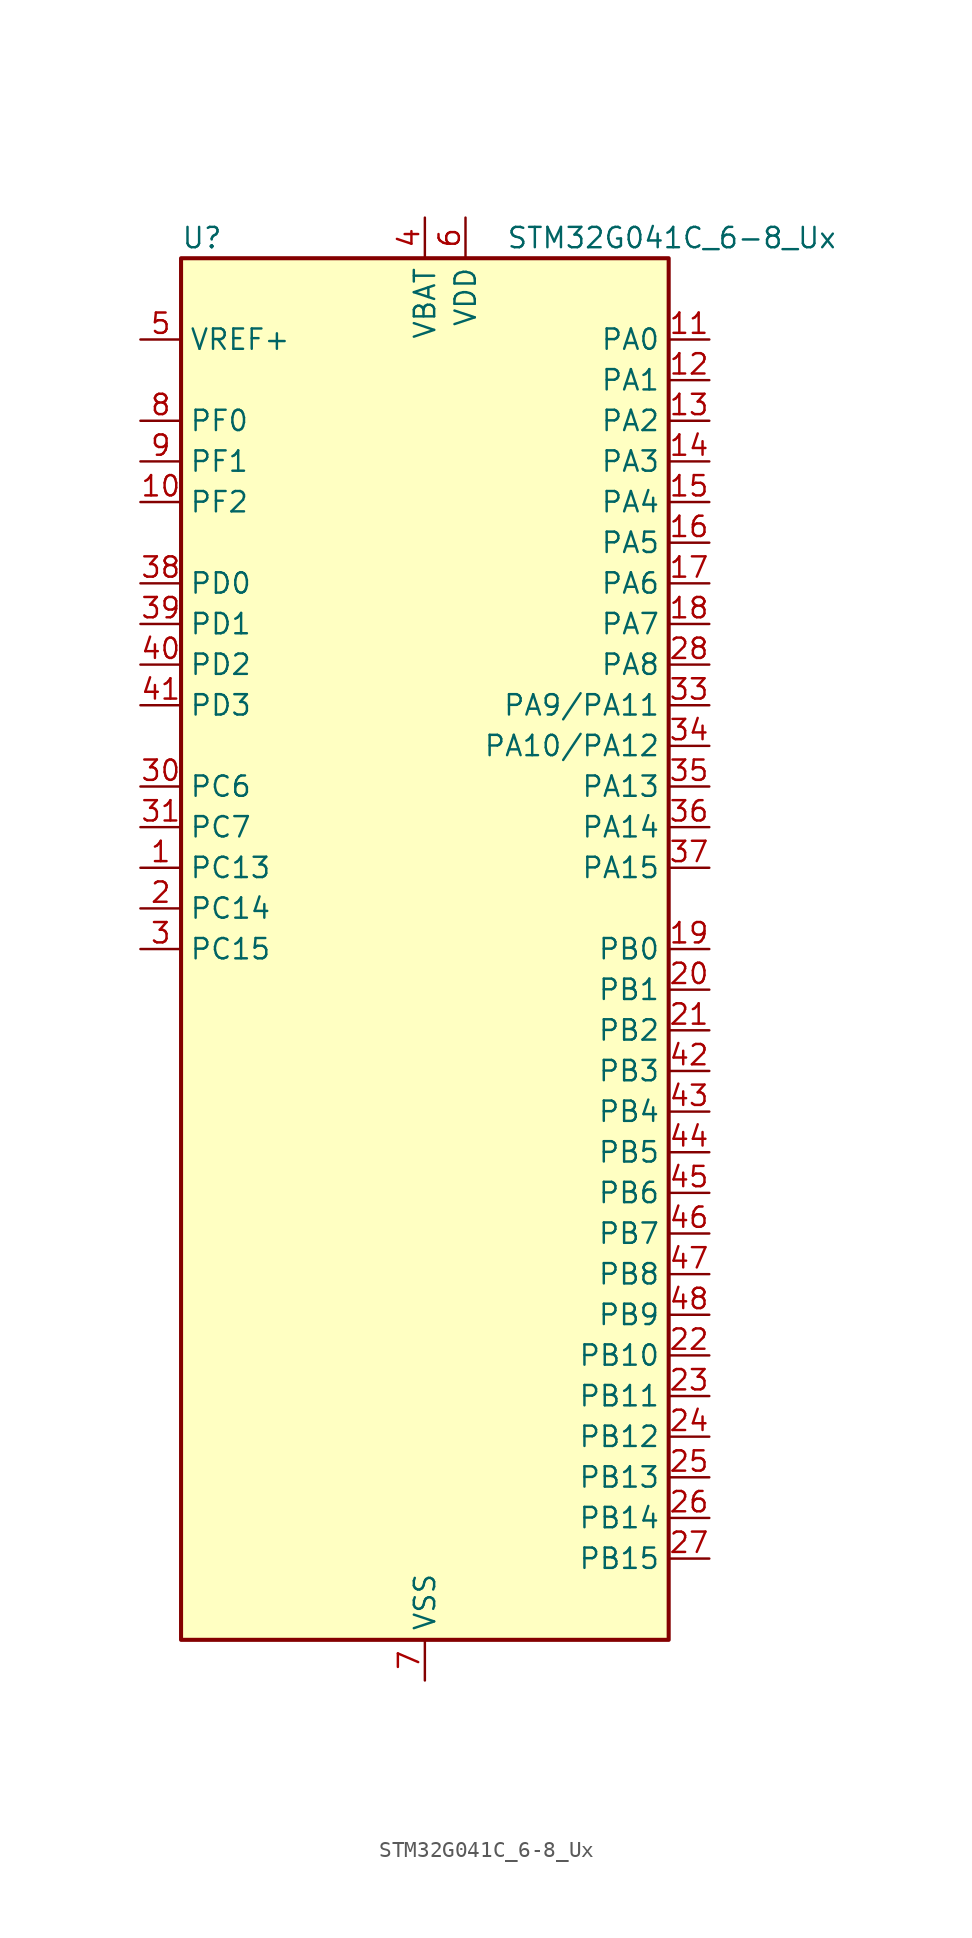
<source format=kicad_sym>
(kicad_symbol_lib
  (version 20231120)
  (generator "kicad-library-utils")
  (generator_version "8.0")
  (symbol "STM32G041C_6-8_Ux"
    (property "Reference" "U"
      (at -15.24 44.45 0)
      (effects (font (size 1.27 1.27)) (justify left)))
    (property "Value" "STM32G041C_6-8_Ux"
      (at 5.08 44.45 0)
      (effects (font (size 1.27 1.27)) (justify left)))
    (symbol "STM32G041C_6-8_Ux_0_1"
      (rectangle (start -15.24 -43.18) (end 15.24 43.18) (stroke (width 0.254) (type default)) (fill (type background))))
    (symbol "STM32G041C_6-8_Ux_1_1"
      (pin bidirectional line (at -17.78 5.08 0) (length 2.54) (name "PC13" (effects (font (size 1.27 1.27)))) (number "1" (effects (font (size 1.27 1.27)))) (alternate "RTC_OUT_ALARM" bidirectional line) (alternate "RTC_OUT_CALIB" bidirectional line) (alternate "RTC_TAMP_IN1" bidirectional line) (alternate "RTC_TS" bidirectional line) (alternate "SYS_WKUP2" bidirectional line) (alternate "TIM1_BK" bidirectional line))
      (pin bidirectional line (at -17.78 27.94 0) (length 2.54) (name "PF2" (effects (font (size 1.27 1.27)))) (number "10" (effects (font (size 1.27 1.27)))) (alternate "RCC_MCO" bidirectional line))
      (pin bidirectional line (at 17.78 38.1 180) (length 2.54) (name "PA0" (effects (font (size 1.27 1.27)))) (number "11" (effects (font (size 1.27 1.27)))) (alternate "ADC1_IN0" bidirectional line) (alternate "LPTIM1_OUT" bidirectional line) (alternate "RTC_TAMP_IN2" bidirectional line) (alternate "SPI2_SCK" bidirectional line) (alternate "SYS_WKUP1" bidirectional line) (alternate "TIM2_CH1" bidirectional line) (alternate "TIM2_ETR" bidirectional line) (alternate "USART2_CTS" bidirectional line) (alternate "USART2_NSS" bidirectional line))
      (pin bidirectional line (at 17.78 35.56 180) (length 2.54) (name "PA1" (effects (font (size 1.27 1.27)))) (number "12" (effects (font (size 1.27 1.27)))) (alternate "ADC1_IN1" bidirectional line) (alternate "I2C1_SMBA" bidirectional line) (alternate "I2S1_CK" bidirectional line) (alternate "SPI1_SCK" bidirectional line) (alternate "TIM2_CH2" bidirectional line) (alternate "USART2_CK" bidirectional line) (alternate "USART2_DE" bidirectional line) (alternate "USART2_RTS" bidirectional line))
      (pin bidirectional line (at 17.78 33.02 180) (length 2.54) (name "PA2" (effects (font (size 1.27 1.27)))) (number "13" (effects (font (size 1.27 1.27)))) (alternate "ADC1_IN2" bidirectional line) (alternate "I2S1_SD" bidirectional line) (alternate "LPUART1_TX" bidirectional line) (alternate "RCC_LSCO" bidirectional line) (alternate "SPI1_MOSI" bidirectional line) (alternate "SYS_WKUP4" bidirectional line) (alternate "TIM2_CH3" bidirectional line) (alternate "USART2_TX" bidirectional line))
      (pin bidirectional line (at 17.78 30.48 180) (length 2.54) (name "PA3" (effects (font (size 1.27 1.27)))) (number "14" (effects (font (size 1.27 1.27)))) (alternate "ADC1_IN3" bidirectional line) (alternate "LPUART1_RX" bidirectional line) (alternate "SPI2_MISO" bidirectional line) (alternate "TIM2_CH4" bidirectional line) (alternate "USART2_RX" bidirectional line))
      (pin bidirectional line (at 17.78 27.94 180) (length 2.54) (name "PA4" (effects (font (size 1.27 1.27)))) (number "15" (effects (font (size 1.27 1.27)))) (alternate "ADC1_IN4" bidirectional line) (alternate "I2S1_WS" bidirectional line) (alternate "LPTIM2_OUT" bidirectional line) (alternate "RTC_OUT_ALARM" bidirectional line) (alternate "RTC_OUT_CALIB" bidirectional line) (alternate "SPI1_NSS" bidirectional line) (alternate "SPI2_MOSI" bidirectional line) (alternate "TIM14_CH1" bidirectional line))
      (pin bidirectional line (at 17.78 25.4 180) (length 2.54) (name "PA5" (effects (font (size 1.27 1.27)))) (number "16" (effects (font (size 1.27 1.27)))) (alternate "ADC1_IN5" bidirectional line) (alternate "I2S1_CK" bidirectional line) (alternate "LPTIM2_ETR" bidirectional line) (alternate "SPI1_SCK" bidirectional line) (alternate "TIM2_CH1" bidirectional line) (alternate "TIM2_ETR" bidirectional line))
      (pin bidirectional line (at 17.78 22.86 180) (length 2.54) (name "PA6" (effects (font (size 1.27 1.27)))) (number "17" (effects (font (size 1.27 1.27)))) (alternate "ADC1_IN6" bidirectional line) (alternate "I2S1_MCK" bidirectional line) (alternate "LPUART1_CTS" bidirectional line) (alternate "SPI1_MISO" bidirectional line) (alternate "TIM16_CH1" bidirectional line) (alternate "TIM1_BK" bidirectional line) (alternate "TIM3_CH1" bidirectional line))
      (pin bidirectional line (at 17.78 20.32 180) (length 2.54) (name "PA7" (effects (font (size 1.27 1.27)))) (number "18" (effects (font (size 1.27 1.27)))) (alternate "ADC1_IN7" bidirectional line) (alternate "I2S1_SD" bidirectional line) (alternate "SPI1_MOSI" bidirectional line) (alternate "TIM14_CH1" bidirectional line) (alternate "TIM17_CH1" bidirectional line) (alternate "TIM1_CH1N" bidirectional line) (alternate "TIM3_CH2" bidirectional line))
      (pin bidirectional line (at 17.78 0 180) (length 2.54) (name "PB0" (effects (font (size 1.27 1.27)))) (number "19" (effects (font (size 1.27 1.27)))) (alternate "ADC1_IN8" bidirectional line) (alternate "I2S1_WS" bidirectional line) (alternate "LPTIM1_OUT" bidirectional line) (alternate "SPI1_NSS" bidirectional line) (alternate "TIM1_CH2N" bidirectional line) (alternate "TIM3_CH3" bidirectional line))
      (pin bidirectional line (at -17.78 2.54 0) (length 2.54) (name "PC14" (effects (font (size 1.27 1.27)))) (number "2" (effects (font (size 1.27 1.27)))) (alternate "RCC_OSC32_IN" bidirectional line) (alternate "TIM1_BK2" bidirectional line))
      (pin bidirectional line (at 17.78 -2.54 180) (length 2.54) (name "PB1" (effects (font (size 1.27 1.27)))) (number "20" (effects (font (size 1.27 1.27)))) (alternate "ADC1_IN9" bidirectional line) (alternate "LPTIM2_IN1" bidirectional line) (alternate "LPUART1_DE" bidirectional line) (alternate "LPUART1_RTS" bidirectional line) (alternate "TIM14_CH1" bidirectional line) (alternate "TIM1_CH3N" bidirectional line) (alternate "TIM3_CH4" bidirectional line))
      (pin bidirectional line (at 17.78 -5.08 180) (length 2.54) (name "PB2" (effects (font (size 1.27 1.27)))) (number "21" (effects (font (size 1.27 1.27)))) (alternate "ADC1_IN10" bidirectional line) (alternate "LPTIM1_OUT" bidirectional line) (alternate "SPI2_MISO" bidirectional line))
      (pin bidirectional line (at 17.78 -25.4 180) (length 2.54) (name "PB10" (effects (font (size 1.27 1.27)))) (number "22" (effects (font (size 1.27 1.27)))) (alternate "ADC1_IN11" bidirectional line) (alternate "I2C2_SCL" bidirectional line) (alternate "LPUART1_RX" bidirectional line) (alternate "SPI2_SCK" bidirectional line) (alternate "TIM2_CH3" bidirectional line))
      (pin bidirectional line (at 17.78 -27.94 180) (length 2.54) (name "PB11" (effects (font (size 1.27 1.27)))) (number "23" (effects (font (size 1.27 1.27)))) (alternate "ADC1_EXTI11" bidirectional line) (alternate "ADC1_IN15" bidirectional line) (alternate "I2C2_SDA" bidirectional line) (alternate "LPUART1_TX" bidirectional line) (alternate "SPI2_MOSI" bidirectional line) (alternate "TIM2_CH4" bidirectional line))
      (pin bidirectional line (at 17.78 -30.48 180) (length 2.54) (name "PB12" (effects (font (size 1.27 1.27)))) (number "24" (effects (font (size 1.27 1.27)))) (alternate "ADC1_IN16" bidirectional line) (alternate "LPUART1_DE" bidirectional line) (alternate "LPUART1_RTS" bidirectional line) (alternate "SPI2_NSS" bidirectional line) (alternate "TIM1_BK" bidirectional line))
      (pin bidirectional line (at 17.78 -33.02 180) (length 2.54) (name "PB13" (effects (font (size 1.27 1.27)))) (number "25" (effects (font (size 1.27 1.27)))) (alternate "I2C2_SCL" bidirectional line) (alternate "LPUART1_CTS" bidirectional line) (alternate "SPI2_SCK" bidirectional line) (alternate "TIM1_CH1N" bidirectional line))
      (pin bidirectional line (at 17.78 -35.56 180) (length 2.54) (name "PB14" (effects (font (size 1.27 1.27)))) (number "26" (effects (font (size 1.27 1.27)))) (alternate "I2C2_SDA" bidirectional line) (alternate "SPI2_MISO" bidirectional line) (alternate "TIM1_CH2N" bidirectional line))
      (pin bidirectional line (at 17.78 -38.1 180) (length 2.54) (name "PB15" (effects (font (size 1.27 1.27)))) (number "27" (effects (font (size 1.27 1.27)))) (alternate "RTC_REFIN" bidirectional line) (alternate "SPI2_MOSI" bidirectional line) (alternate "TIM1_CH3N" bidirectional line))
      (pin bidirectional line (at 17.78 17.78 180) (length 2.54) (name "PA8" (effects (font (size 1.27 1.27)))) (number "28" (effects (font (size 1.27 1.27)))) (alternate "LPTIM2_OUT" bidirectional line) (alternate "RCC_MCO" bidirectional line) (alternate "SPI2_NSS" bidirectional line) (alternate "TIM1_CH1" bidirectional line))
      (pin no_connect line (at -15.24 -43.18 0) (length 2.54) hide (name "NC/PA9" (effects (font (size 1.27 1.27)))) (number "29" (effects (font (size 1.27 1.27)))) (alternate "NC" bidirectional line) (alternate "PA9" bidirectional line) (alternate "I2C1_SCL (PA9)" bidirectional line) (alternate "RCC_MCO (PA9)" bidirectional line) (alternate "SPI2_MISO (PA9)" bidirectional line) (alternate "TIM1_CH2 (PA9)" bidirectional line) (alternate "USART1_TX (PA9)" bidirectional line))
      (pin bidirectional line (at -17.78 0 0) (length 2.54) (name "PC15" (effects (font (size 1.27 1.27)))) (number "3" (effects (font (size 1.27 1.27)))) (alternate "RCC_OSC32_EN" bidirectional line) (alternate "RCC_OSC32_OUT" bidirectional line) (alternate "RCC_OSC_EN" bidirectional line))
      (pin bidirectional line (at -17.78 10.16 0) (length 2.54) (name "PC6" (effects (font (size 1.27 1.27)))) (number "30" (effects (font (size 1.27 1.27)))) (alternate "TIM2_CH3" bidirectional line) (alternate "TIM3_CH1" bidirectional line))
      (pin bidirectional line (at -17.78 7.62 0) (length 2.54) (name "PC7" (effects (font (size 1.27 1.27)))) (number "31" (effects (font (size 1.27 1.27)))) (alternate "TIM2_CH4" bidirectional line) (alternate "TIM3_CH2" bidirectional line))
      (pin no_connect line (at -15.24 -40.64 0) (length 2.54) hide (name "NC/PA10" (effects (font (size 1.27 1.27)))) (number "32" (effects (font (size 1.27 1.27)))) (alternate "NC" bidirectional line) (alternate "PA10" bidirectional line) (alternate "I2C1_SDA (PA10)" bidirectional line) (alternate "SPI2_MOSI (PA10)" bidirectional line) (alternate "TIM17_BK (PA10)" bidirectional line) (alternate "TIM1_CH3 (PA10)" bidirectional line) (alternate "USART1_RX (PA10)" bidirectional line))
      (pin bidirectional line (at 17.78 15.24 180) (length 2.54) (name "PA9/PA11" (effects (font (size 1.27 1.27)))) (number "33" (effects (font (size 1.27 1.27)))) (alternate "PA9" bidirectional line) (alternate "I2C1_SCL (PA9)" bidirectional line) (alternate "RCC_MCO (PA9)" bidirectional line) (alternate "SPI2_MISO (PA9)" bidirectional line) (alternate "TIM1_CH2 (PA9)" bidirectional line) (alternate "USART1_TX (PA9)" bidirectional line) (alternate "PA11" bidirectional line) (alternate "ADC1_EXTI11 (PA11)" bidirectional line) (alternate "I2C2_SCL (PA11)" bidirectional line) (alternate "I2S1_MCK (PA11)" bidirectional line) (alternate "SPI1_MISO (PA11)" bidirectional line) (alternate "TIM1_BK2 (PA11)" bidirectional line) (alternate "TIM1_CH4 (PA11)" bidirectional line) (alternate "USART1_CTS (PA11)" bidirectional line) (alternate "USART1_NSS (PA11)" bidirectional line))
      (pin bidirectional line (at 17.78 12.7 180) (length 2.54) (name "PA10/PA12" (effects (font (size 1.27 1.27)))) (number "34" (effects (font (size 1.27 1.27)))) (alternate "PA10" bidirectional line) (alternate "I2C1_SDA (PA10)" bidirectional line) (alternate "SPI2_MOSI (PA10)" bidirectional line) (alternate "TIM17_BK (PA10)" bidirectional line) (alternate "TIM1_CH3 (PA10)" bidirectional line) (alternate "USART1_RX (PA10)" bidirectional line) (alternate "PA12" bidirectional line) (alternate "I2C2_SDA (PA12)" bidirectional line) (alternate "I2S1_SD (PA12)" bidirectional line) (alternate "I2S_CKIN (PA12)" bidirectional line) (alternate "SPI1_MOSI (PA12)" bidirectional line) (alternate "TIM1_ETR (PA12)" bidirectional line) (alternate "USART1_CK (PA12)" bidirectional line) (alternate "USART1_DE (PA12)" bidirectional line) (alternate "USART1_RTS (PA12)" bidirectional line))
      (pin bidirectional line (at 17.78 10.16 180) (length 2.54) (name "PA13" (effects (font (size 1.27 1.27)))) (number "35" (effects (font (size 1.27 1.27)))) (alternate "ADC1_IN17" bidirectional line) (alternate "IR_OUT" bidirectional line) (alternate "SYS_SWDIO" bidirectional line))
      (pin bidirectional line (at 17.78 7.62 180) (length 2.54) (name "PA14" (effects (font (size 1.27 1.27)))) (number "36" (effects (font (size 1.27 1.27)))) (alternate "ADC1_IN18" bidirectional line) (alternate "SYS_SWCLK" bidirectional line) (alternate "USART2_TX" bidirectional line))
      (pin bidirectional line (at 17.78 5.08 180) (length 2.54) (name "PA15" (effects (font (size 1.27 1.27)))) (number "37" (effects (font (size 1.27 1.27)))) (alternate "I2S1_WS" bidirectional line) (alternate "SPI1_NSS" bidirectional line) (alternate "TIM2_CH1" bidirectional line) (alternate "TIM2_ETR" bidirectional line) (alternate "USART2_RX" bidirectional line))
      (pin bidirectional line (at -17.78 22.86 0) (length 2.54) (name "PD0" (effects (font (size 1.27 1.27)))) (number "38" (effects (font (size 1.27 1.27)))) (alternate "SPI2_NSS" bidirectional line) (alternate "TIM16_CH1" bidirectional line))
      (pin bidirectional line (at -17.78 20.32 0) (length 2.54) (name "PD1" (effects (font (size 1.27 1.27)))) (number "39" (effects (font (size 1.27 1.27)))) (alternate "SPI2_SCK" bidirectional line) (alternate "TIM17_CH1" bidirectional line))
      (pin power_in line (at 0 45.72 270) (length 2.54) (name "VBAT" (effects (font (size 1.27 1.27)))) (number "4" (effects (font (size 1.27 1.27)))))
      (pin bidirectional line (at -17.78 17.78 0) (length 2.54) (name "PD2" (effects (font (size 1.27 1.27)))) (number "40" (effects (font (size 1.27 1.27)))) (alternate "TIM1_CH1N" bidirectional line) (alternate "TIM3_ETR" bidirectional line))
      (pin bidirectional line (at -17.78 15.24 0) (length 2.54) (name "PD3" (effects (font (size 1.27 1.27)))) (number "41" (effects (font (size 1.27 1.27)))) (alternate "SPI2_MISO" bidirectional line) (alternate "TIM1_CH2N" bidirectional line) (alternate "USART2_CTS" bidirectional line) (alternate "USART2_NSS" bidirectional line))
      (pin bidirectional line (at 17.78 -7.62 180) (length 2.54) (name "PB3" (effects (font (size 1.27 1.27)))) (number "42" (effects (font (size 1.27 1.27)))) (alternate "I2S1_CK" bidirectional line) (alternate "SPI1_SCK" bidirectional line) (alternate "TIM1_CH2" bidirectional line) (alternate "TIM2_CH2" bidirectional line) (alternate "USART1_CK" bidirectional line) (alternate "USART1_DE" bidirectional line) (alternate "USART1_RTS" bidirectional line))
      (pin bidirectional line (at 17.78 -10.16 180) (length 2.54) (name "PB4" (effects (font (size 1.27 1.27)))) (number "43" (effects (font (size 1.27 1.27)))) (alternate "I2S1_MCK" bidirectional line) (alternate "SPI1_MISO" bidirectional line) (alternate "TIM17_BK" bidirectional line) (alternate "TIM3_CH1" bidirectional line) (alternate "USART1_CTS" bidirectional line) (alternate "USART1_NSS" bidirectional line))
      (pin bidirectional line (at 17.78 -12.7 180) (length 2.54) (name "PB5" (effects (font (size 1.27 1.27)))) (number "44" (effects (font (size 1.27 1.27)))) (alternate "I2C1_SMBA" bidirectional line) (alternate "I2S1_SD" bidirectional line) (alternate "LPTIM1_IN1" bidirectional line) (alternate "SPI1_MOSI" bidirectional line) (alternate "SYS_WKUP6" bidirectional line) (alternate "TIM16_BK" bidirectional line) (alternate "TIM3_CH2" bidirectional line))
      (pin bidirectional line (at 17.78 -15.24 180) (length 2.54) (name "PB6" (effects (font (size 1.27 1.27)))) (number "45" (effects (font (size 1.27 1.27)))) (alternate "I2C1_SCL" bidirectional line) (alternate "LPTIM1_ETR" bidirectional line) (alternate "SPI2_MISO" bidirectional line) (alternate "TIM16_CH1N" bidirectional line) (alternate "TIM1_CH3" bidirectional line) (alternate "USART1_TX" bidirectional line))
      (pin bidirectional line (at 17.78 -17.78 180) (length 2.54) (name "PB7" (effects (font (size 1.27 1.27)))) (number "46" (effects (font (size 1.27 1.27)))) (alternate "I2C1_SDA" bidirectional line) (alternate "LPTIM1_IN2" bidirectional line) (alternate "SPI2_MOSI" bidirectional line) (alternate "SYS_PVD_IN" bidirectional line) (alternate "TIM17_CH1N" bidirectional line) (alternate "USART1_RX" bidirectional line))
      (pin bidirectional line (at 17.78 -20.32 180) (length 2.54) (name "PB8" (effects (font (size 1.27 1.27)))) (number "47" (effects (font (size 1.27 1.27)))) (alternate "I2C1_SCL" bidirectional line) (alternate "SPI2_SCK" bidirectional line) (alternate "TIM16_CH1" bidirectional line))
      (pin bidirectional line (at 17.78 -22.86 180) (length 2.54) (name "PB9" (effects (font (size 1.27 1.27)))) (number "48" (effects (font (size 1.27 1.27)))) (alternate "I2C1_SDA" bidirectional line) (alternate "IR_OUT" bidirectional line) (alternate "SPI2_NSS" bidirectional line) (alternate "TIM17_CH1" bidirectional line))
      (pin passive line (at 0 -45.72 90) (length 2.54) hide (name "VSS" (effects (font (size 1.27 1.27)))) (number "49" (effects (font (size 1.27 1.27)))))
      (pin input line (at -17.78 38.1 0) (length 2.54) (name "VREF+" (effects (font (size 1.27 1.27)))) (number "5" (effects (font (size 1.27 1.27)))) (alternate "VREFBUF_OUT" bidirectional line))
      (pin power_in line (at 2.54 45.72 270) (length 2.54) (name "VDD" (effects (font (size 1.27 1.27)))) (number "6" (effects (font (size 1.27 1.27)))))
      (pin power_in line (at 0 -45.72 90) (length 2.54) (name "VSS" (effects (font (size 1.27 1.27)))) (number "7" (effects (font (size 1.27 1.27)))))
      (pin bidirectional line (at -17.78 33.02 0) (length 2.54) (name "PF0" (effects (font (size 1.27 1.27)))) (number "8" (effects (font (size 1.27 1.27)))) (alternate "RCC_OSC_IN" bidirectional line) (alternate "TIM14_CH1" bidirectional line))
      (pin bidirectional line (at -17.78 30.48 0) (length 2.54) (name "PF1" (effects (font (size 1.27 1.27)))) (number "9" (effects (font (size 1.27 1.27)))) (alternate "RCC_OSC_EN" bidirectional line) (alternate "RCC_OSC_OUT" bidirectional line)))))
</source>
